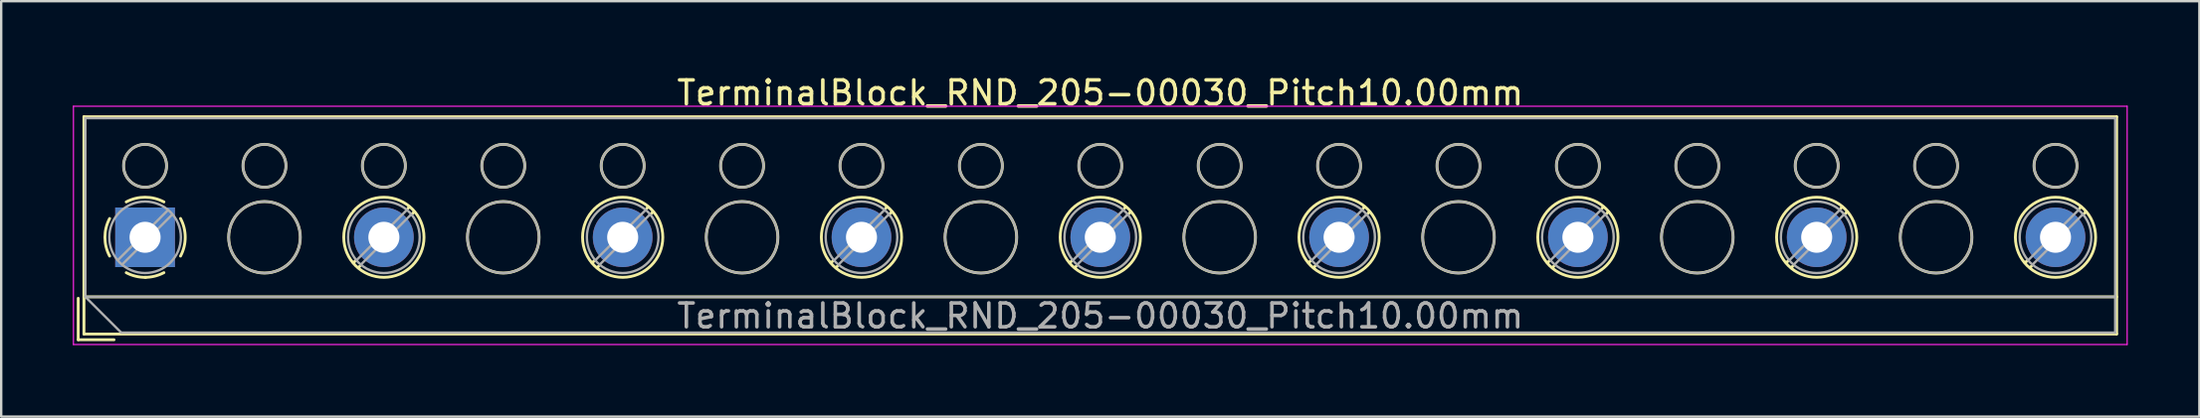
<source format=kicad_pcb>
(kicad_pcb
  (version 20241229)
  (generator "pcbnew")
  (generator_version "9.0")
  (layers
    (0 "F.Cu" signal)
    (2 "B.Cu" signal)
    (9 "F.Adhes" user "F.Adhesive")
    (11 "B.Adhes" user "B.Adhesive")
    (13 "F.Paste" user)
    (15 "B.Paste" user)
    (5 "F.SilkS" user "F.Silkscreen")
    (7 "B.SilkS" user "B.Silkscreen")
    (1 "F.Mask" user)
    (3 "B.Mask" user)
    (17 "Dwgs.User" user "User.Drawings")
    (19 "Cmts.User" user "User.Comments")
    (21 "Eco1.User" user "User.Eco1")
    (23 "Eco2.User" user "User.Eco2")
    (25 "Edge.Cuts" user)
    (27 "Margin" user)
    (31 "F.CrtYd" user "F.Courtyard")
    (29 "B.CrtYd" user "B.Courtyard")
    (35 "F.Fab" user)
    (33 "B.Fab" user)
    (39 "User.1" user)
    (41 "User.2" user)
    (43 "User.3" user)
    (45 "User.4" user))
  (footprint "TerminalBlock_RND_205-00030_Pitch10.00mm"
    (layer "F.Cu")
    (at 3.025 6.908)
    (property "Reference" "TerminalBlock_RND_205-00030_Pitch10.00mm" (at 40 -6.06 0) (layer "F.SilkS") (effects (font (size 1 1) (thickness 0.15))))
    (attr through_hole)
    (fp_line (start -2.8 2.56) (end -2.8 4.3) (stroke (width 0.12) (type solid)) (layer "F.SilkS"))
    (fp_line (start -2.8 4.3) (end -1.3 4.3) (stroke (width 0.12) (type solid)) (layer "F.SilkS"))
    (fp_line (start -2.56 -5.06) (end -2.56 4.06) (stroke (width 0.12) (type solid)) (layer "F.SilkS"))
    (fp_line (start -2.56 2.5) (end 82.56 2.5) (stroke (width 0.12) (type solid)) (layer "F.SilkS"))
    (fp_line (start -2.56 4.06) (end 82.56 4.06) (stroke (width 0.12) (type solid)) (layer "F.SilkS"))
    (fp_line (start 8.82 0.976) (end 8.726 1.069) (stroke (width 0.12) (type solid)) (layer "F.SilkS"))
    (fp_line (start 8.99 1.216) (end 8.931 1.274) (stroke (width 0.12) (type solid)) (layer "F.SilkS"))
    (fp_line (start 11.07 -1.275) (end 11.011 -1.216) (stroke (width 0.12) (type solid)) (layer "F.SilkS"))
    (fp_line (start 11.275 -1.069) (end 11.181 -0.976) (stroke (width 0.12) (type solid)) (layer "F.SilkS"))
    (fp_line (start 18.82 0.976) (end 18.726 1.069) (stroke (width 0.12) (type solid)) (layer "F.SilkS"))
    (fp_line (start 18.99 1.216) (end 18.931 1.274) (stroke (width 0.12) (type solid)) (layer "F.SilkS"))
    (fp_line (start 21.07 -1.275) (end 21.011 -1.216) (stroke (width 0.12) (type solid)) (layer "F.SilkS"))
    (fp_line (start 21.275 -1.069) (end 21.181 -0.976) (stroke (width 0.12) (type solid)) (layer "F.SilkS"))
    (fp_line (start 28.82 0.976) (end 28.726 1.069) (stroke (width 0.12) (type solid)) (layer "F.SilkS"))
    (fp_line (start 28.99 1.216) (end 28.931 1.274) (stroke (width 0.12) (type solid)) (layer "F.SilkS"))
    (fp_line (start 31.07 -1.275) (end 31.011 -1.216) (stroke (width 0.12) (type solid)) (layer "F.SilkS"))
    (fp_line (start 31.275 -1.069) (end 31.181 -0.976) (stroke (width 0.12) (type solid)) (layer "F.SilkS"))
    (fp_line (start 38.82 0.976) (end 38.726 1.069) (stroke (width 0.12) (type solid)) (layer "F.SilkS"))
    (fp_line (start 38.99 1.216) (end 38.931 1.274) (stroke (width 0.12) (type solid)) (layer "F.SilkS"))
    (fp_line (start 41.07 -1.275) (end 41.011 -1.216) (stroke (width 0.12) (type solid)) (layer "F.SilkS"))
    (fp_line (start 41.275 -1.069) (end 41.181 -0.976) (stroke (width 0.12) (type solid)) (layer "F.SilkS"))
    (fp_line (start 48.82 0.976) (end 48.726 1.069) (stroke (width 0.12) (type solid)) (layer "F.SilkS"))
    (fp_line (start 48.99 1.216) (end 48.931 1.274) (stroke (width 0.12) (type solid)) (layer "F.SilkS"))
    (fp_line (start 51.07 -1.275) (end 51.011 -1.216) (stroke (width 0.12) (type solid)) (layer "F.SilkS"))
    (fp_line (start 51.275 -1.069) (end 51.181 -0.976) (stroke (width 0.12) (type solid)) (layer "F.SilkS"))
    (fp_line (start 58.82 0.976) (end 58.726 1.069) (stroke (width 0.12) (type solid)) (layer "F.SilkS"))
    (fp_line (start 58.99 1.216) (end 58.931 1.274) (stroke (width 0.12) (type solid)) (layer "F.SilkS"))
    (fp_line (start 61.07 -1.275) (end 61.011 -1.216) (stroke (width 0.12) (type solid)) (layer "F.SilkS"))
    (fp_line (start 61.275 -1.069) (end 61.181 -0.976) (stroke (width 0.12) (type solid)) (layer "F.SilkS"))
    (fp_line (start 68.82 0.976) (end 68.726 1.069) (stroke (width 0.12) (type solid)) (layer "F.SilkS"))
    (fp_line (start 68.99 1.216) (end 68.931 1.274) (stroke (width 0.12) (type solid)) (layer "F.SilkS"))
    (fp_line (start 71.07 -1.275) (end 71.011 -1.216) (stroke (width 0.12) (type solid)) (layer "F.SilkS"))
    (fp_line (start 71.275 -1.069) (end 71.181 -0.976) (stroke (width 0.12) (type solid)) (layer "F.SilkS"))
    (fp_line (start 78.82 0.976) (end 78.726 1.069) (stroke (width 0.12) (type solid)) (layer "F.SilkS"))
    (fp_line (start 78.99 1.216) (end 78.931 1.274) (stroke (width 0.12) (type solid)) (layer "F.SilkS"))
    (fp_line (start 81.07 -1.275) (end 81.011 -1.216) (stroke (width 0.12) (type solid)) (layer "F.SilkS"))
    (fp_line (start 81.275 -1.069) (end 81.181 -0.976) (stroke (width 0.12) (type solid)) (layer "F.SilkS"))
    (fp_line (start 82.56 -5.06) (end -2.56 -5.06) (stroke (width 0.12) (type solid)) (layer "F.SilkS"))
    (fp_line (start 82.56 4.06) (end 82.56 -5.06) (stroke (width 0.12) (type solid)) (layer "F.SilkS"))
    (fp_arc (start -1.483953 0.789089) (mid -1.680708 0.00005) (end -1.484 -0.789) (stroke (width 0.12) (type solid)) (layer "F.SilkS"))
    (fp_arc (start -0.789089 -1.483953) (mid -0.00005 -1.680708) (end 0.789 -1.484) (stroke (width 0.12) (type solid)) (layer "F.SilkS"))
    (fp_arc (start 0.029383 1.68045) (mid -0.392304 1.634281) (end -0.789 1.484) (stroke (width 0.12) (type solid)) (layer "F.SilkS"))
    (fp_arc (start 0.788712 1.483352) (mid 0.406429 1.630097) (end 0 1.68) (stroke (width 0.12) (type solid)) (layer "F.SilkS"))
    (fp_arc (start 1.483953 -0.789089) (mid 1.680708 -0.00005) (end 1.484 0.789) (stroke (width 0.12) (type solid)) (layer "F.SilkS"))
    (fp_circle (center 0 -3) (end 0.9 -3) (stroke (width 0.12) (type solid)) (fill no) (layer "F.SilkS"))
    (fp_circle (center 5 -3) (end 5.9 -3) (stroke (width 0.12) (type solid)) (fill no) (layer "F.SilkS"))
    (fp_circle (center 5 0) (end 6.5 0) (stroke (width 0.12) (type solid)) (fill no) (layer "F.SilkS"))
    (fp_circle (center 10 -3) (end 10.9 -3) (stroke (width 0.12) (type solid)) (fill no) (layer "F.SilkS"))
    (fp_circle (center 10 0) (end 11.68 0) (stroke (width 0.12) (type solid)) (fill no) (layer "F.SilkS"))
    (fp_circle (center 15 -3) (end 15.9 -3) (stroke (width 0.12) (type solid)) (fill no) (layer "F.SilkS"))
    (fp_circle (center 15 0) (end 16.5 0) (stroke (width 0.12) (type solid)) (fill no) (layer "F.SilkS"))
    (fp_circle (center 20 -3) (end 20.9 -3) (stroke (width 0.12) (type solid)) (fill no) (layer "F.SilkS"))
    (fp_circle (center 20 0) (end 21.68 0) (stroke (width 0.12) (type solid)) (fill no) (layer "F.SilkS"))
    (fp_circle (center 25 -3) (end 25.9 -3) (stroke (width 0.12) (type solid)) (fill no) (layer "F.SilkS"))
    (fp_circle (center 25 0) (end 26.5 0) (stroke (width 0.12) (type solid)) (fill no) (layer "F.SilkS"))
    (fp_circle (center 30 -3) (end 30.9 -3) (stroke (width 0.12) (type solid)) (fill no) (layer "F.SilkS"))
    (fp_circle (center 30 0) (end 31.68 0) (stroke (width 0.12) (type solid)) (fill no) (layer "F.SilkS"))
    (fp_circle (center 35 -3) (end 35.9 -3) (stroke (width 0.12) (type solid)) (fill no) (layer "F.SilkS"))
    (fp_circle (center 35 0) (end 36.5 0) (stroke (width 0.12) (type solid)) (fill no) (layer "F.SilkS"))
    (fp_circle (center 40 -3) (end 40.9 -3) (stroke (width 0.12) (type solid)) (fill no) (layer "F.SilkS"))
    (fp_circle (center 40 0) (end 41.68 0) (stroke (width 0.12) (type solid)) (fill no) (layer "F.SilkS"))
    (fp_circle (center 45 -3) (end 45.9 -3) (stroke (width 0.12) (type solid)) (fill no) (layer "F.SilkS"))
    (fp_circle (center 45 0) (end 46.5 0) (stroke (width 0.12) (type solid)) (fill no) (layer "F.SilkS"))
    (fp_circle (center 50 -3) (end 50.9 -3) (stroke (width 0.12) (type solid)) (fill no) (layer "F.SilkS"))
    (fp_circle (center 50 0) (end 51.68 0) (stroke (width 0.12) (type solid)) (fill no) (layer "F.SilkS"))
    (fp_circle (center 55 -3) (end 55.9 -3) (stroke (width 0.12) (type solid)) (fill no) (layer "F.SilkS"))
    (fp_circle (center 55 0) (end 56.5 0) (stroke (width 0.12) (type solid)) (fill no) (layer "F.SilkS"))
    (fp_circle (center 60 -3) (end 60.9 -3) (stroke (width 0.12) (type solid)) (fill no) (layer "F.SilkS"))
    (fp_circle (center 60 0) (end 61.68 0) (stroke (width 0.12) (type solid)) (fill no) (layer "F.SilkS"))
    (fp_circle (center 65 -3) (end 65.9 -3) (stroke (width 0.12) (type solid)) (fill no) (layer "F.SilkS"))
    (fp_circle (center 65 0) (end 66.5 0) (stroke (width 0.12) (type solid)) (fill no) (layer "F.SilkS"))
    (fp_circle (center 70 -3) (end 70.9 -3) (stroke (width 0.12) (type solid)) (fill no) (layer "F.SilkS"))
    (fp_circle (center 70 0) (end 71.68 0) (stroke (width 0.12) (type solid)) (fill no) (layer "F.SilkS"))
    (fp_circle (center 75 -3) (end 75.9 -3) (stroke (width 0.12) (type solid)) (fill no) (layer "F.SilkS"))
    (fp_circle (center 75 0) (end 76.5 0) (stroke (width 0.12) (type solid)) (fill no) (layer "F.SilkS"))
    (fp_circle (center 80 -3) (end 80.9 -3) (stroke (width 0.12) (type solid)) (fill no) (layer "F.SilkS"))
    (fp_circle (center 80 0) (end 81.68 0) (stroke (width 0.12) (type solid)) (fill no) (layer "F.SilkS"))
    (fp_line (start -3 -5.5) (end -3 4.5) (stroke (width 0.05) (type solid)) (layer "F.CrtYd"))
    (fp_line (start -3 4.5) (end 83 4.5) (stroke (width 0.05) (type solid)) (layer "F.CrtYd"))
    (fp_line (start 83 -5.5) (end -3 -5.5) (stroke (width 0.05) (type solid)) (layer "F.CrtYd"))
    (fp_line (start 83 4.5) (end 83 -5.5) (stroke (width 0.05) (type solid)) (layer "F.CrtYd"))
    (fp_line (start -2.5 -5) (end 82.5 -5) (stroke (width 0.1) (type solid)) (layer "F.Fab"))
    (fp_line (start -2.5 2.5) (end -2.5 -5) (stroke (width 0.1) (type solid)) (layer "F.Fab"))
    (fp_line (start -2.5 2.5) (end 82.5 2.5) (stroke (width 0.1) (type solid)) (layer "F.Fab"))
    (fp_line (start -1 4) (end -2.5 2.5) (stroke (width 0.1) (type solid)) (layer "F.Fab"))
    (fp_line (start 0.955 -1.138) (end -1.138 0.955) (stroke (width 0.1) (type solid)) (layer "F.Fab"))
    (fp_line (start 1.138 -0.955) (end -0.955 1.138) (stroke (width 0.1) (type solid)) (layer "F.Fab"))
    (fp_line (start 10.955 -1.138) (end 8.863 0.955) (stroke (width 0.1) (type solid)) (layer "F.Fab"))
    (fp_line (start 11.138 -0.955) (end 9.046 1.138) (stroke (width 0.1) (type solid)) (layer "F.Fab"))
    (fp_line (start 20.955 -1.138) (end 18.863 0.955) (stroke (width 0.1) (type solid)) (layer "F.Fab"))
    (fp_line (start 21.138 -0.955) (end 19.046 1.138) (stroke (width 0.1) (type solid)) (layer "F.Fab"))
    (fp_line (start 30.955 -1.138) (end 28.863 0.955) (stroke (width 0.1) (type solid)) (layer "F.Fab"))
    (fp_line (start 31.138 -0.955) (end 29.046 1.138) (stroke (width 0.1) (type solid)) (layer "F.Fab"))
    (fp_line (start 40.955 -1.138) (end 38.863 0.955) (stroke (width 0.1) (type solid)) (layer "F.Fab"))
    (fp_line (start 41.138 -0.955) (end 39.046 1.138) (stroke (width 0.1) (type solid)) (layer "F.Fab"))
    (fp_line (start 50.955 -1.138) (end 48.863 0.955) (stroke (width 0.1) (type solid)) (layer "F.Fab"))
    (fp_line (start 51.138 -0.955) (end 49.046 1.138) (stroke (width 0.1) (type solid)) (layer "F.Fab"))
    (fp_line (start 60.955 -1.138) (end 58.863 0.955) (stroke (width 0.1) (type solid)) (layer "F.Fab"))
    (fp_line (start 61.138 -0.955) (end 59.046 1.138) (stroke (width 0.1) (type solid)) (layer "F.Fab"))
    (fp_line (start 70.955 -1.138) (end 68.863 0.955) (stroke (width 0.1) (type solid)) (layer "F.Fab"))
    (fp_line (start 71.138 -0.955) (end 69.046 1.138) (stroke (width 0.1) (type solid)) (layer "F.Fab"))
    (fp_line (start 80.955 -1.138) (end 78.863 0.955) (stroke (width 0.1) (type solid)) (layer "F.Fab"))
    (fp_line (start 81.138 -0.955) (end 79.046 1.138) (stroke (width 0.1) (type solid)) (layer "F.Fab"))
    (fp_line (start 82.5 -5) (end 82.5 4) (stroke (width 0.1) (type solid)) (layer "F.Fab"))
    (fp_line (start 82.5 4) (end -1 4) (stroke (width 0.1) (type solid)) (layer "F.Fab"))
    (fp_circle (center 0 -3) (end 0.9 -3) (stroke (width 0.1) (type solid)) (fill no) (layer "F.Fab"))
    (fp_circle (center 0 0) (end 1.5 0) (stroke (width 0.1) (type solid)) (fill no) (layer "F.Fab"))
    (fp_circle (center 5 -3) (end 5.9 -3) (stroke (width 0.1) (type solid)) (fill no) (layer "F.Fab"))
    (fp_circle (center 5 0) (end 6.5 0) (stroke (width 0.1) (type solid)) (fill no) (layer "F.Fab"))
    (fp_circle (center 10 -3) (end 10.9 -3) (stroke (width 0.1) (type solid)) (fill no) (layer "F.Fab"))
    (fp_circle (center 10 0) (end 11.5 0) (stroke (width 0.1) (type solid)) (fill no) (layer "F.Fab"))
    (fp_circle (center 15 -3) (end 15.9 -3) (stroke (width 0.1) (type solid)) (fill no) (layer "F.Fab"))
    (fp_circle (center 15 0) (end 16.5 0) (stroke (width 0.1) (type solid)) (fill no) (layer "F.Fab"))
    (fp_circle (center 20 -3) (end 20.9 -3) (stroke (width 0.1) (type solid)) (fill no) (layer "F.Fab"))
    (fp_circle (center 20 0) (end 21.5 0) (stroke (width 0.1) (type solid)) (fill no) (layer "F.Fab"))
    (fp_circle (center 25 -3) (end 25.9 -3) (stroke (width 0.1) (type solid)) (fill no) (layer "F.Fab"))
    (fp_circle (center 25 0) (end 26.5 0) (stroke (width 0.1) (type solid)) (fill no) (layer "F.Fab"))
    (fp_circle (center 30 -3) (end 30.9 -3) (stroke (width 0.1) (type solid)) (fill no) (layer "F.Fab"))
    (fp_circle (center 30 0) (end 31.5 0) (stroke (width 0.1) (type solid)) (fill no) (layer "F.Fab"))
    (fp_circle (center 35 -3) (end 35.9 -3) (stroke (width 0.1) (type solid)) (fill no) (layer "F.Fab"))
    (fp_circle (center 35 0) (end 36.5 0) (stroke (width 0.1) (type solid)) (fill no) (layer "F.Fab"))
    (fp_circle (center 40 -3) (end 40.9 -3) (stroke (width 0.1) (type solid)) (fill no) (layer "F.Fab"))
    (fp_circle (center 40 0) (end 41.5 0) (stroke (width 0.1) (type solid)) (fill no) (layer "F.Fab"))
    (fp_circle (center 45 -3) (end 45.9 -3) (stroke (width 0.1) (type solid)) (fill no) (layer "F.Fab"))
    (fp_circle (center 45 0) (end 46.5 0) (stroke (width 0.1) (type solid)) (fill no) (layer "F.Fab"))
    (fp_circle (center 50 -3) (end 50.9 -3) (stroke (width 0.1) (type solid)) (fill no) (layer "F.Fab"))
    (fp_circle (center 50 0) (end 51.5 0) (stroke (width 0.1) (type solid)) (fill no) (layer "F.Fab"))
    (fp_circle (center 55 -3) (end 55.9 -3) (stroke (width 0.1) (type solid)) (fill no) (layer "F.Fab"))
    (fp_circle (center 55 0) (end 56.5 0) (stroke (width 0.1) (type solid)) (fill no) (layer "F.Fab"))
    (fp_circle (center 60 -3) (end 60.9 -3) (stroke (width 0.1) (type solid)) (fill no) (layer "F.Fab"))
    (fp_circle (center 60 0) (end 61.5 0) (stroke (width 0.1) (type solid)) (fill no) (layer "F.Fab"))
    (fp_circle (center 65 -3) (end 65.9 -3) (stroke (width 0.1) (type solid)) (fill no) (layer "F.Fab"))
    (fp_circle (center 65 0) (end 66.5 0) (stroke (width 0.1) (type solid)) (fill no) (layer "F.Fab"))
    (fp_circle (center 70 -3) (end 70.9 -3) (stroke (width 0.1) (type solid)) (fill no) (layer "F.Fab"))
    (fp_circle (center 70 0) (end 71.5 0) (stroke (width 0.1) (type solid)) (fill no) (layer "F.Fab"))
    (fp_circle (center 75 -3) (end 75.9 -3) (stroke (width 0.1) (type solid)) (fill no) (layer "F.Fab"))
    (fp_circle (center 75 0) (end 76.5 0) (stroke (width 0.1) (type solid)) (fill no) (layer "F.Fab"))
    (fp_circle (center 80 -3) (end 80.9 -3) (stroke (width 0.1) (type solid)) (fill no) (layer "F.Fab"))
    (fp_circle (center 80 0) (end 81.5 0) (stroke (width 0.1) (type solid)) (fill no) (layer "F.Fab"))
    (fp_text user "${REFERENCE}" (at 40 3.3 0) (layer "F.Fab") (effects (font (size 1 1) (thickness 0.15))))
    (pad "1" thru_hole rect (at 0 0) (size 2.5 2.5) (drill 1.3) (layers "*.Cu" "*.Mask"))
    (pad "2" thru_hole circle (at 10 0) (size 2.5 2.5) (drill 1.3) (layers "*.Cu" "*.Mask"))
    (pad "3" thru_hole circle (at 20 0) (size 2.5 2.5) (drill 1.3) (layers "*.Cu" "*.Mask"))
    (pad "4" thru_hole circle (at 30 0) (size 2.5 2.5) (drill 1.3) (layers "*.Cu" "*.Mask"))
    (pad "5" thru_hole circle (at 40 0) (size 2.5 2.5) (drill 1.3) (layers "*.Cu" "*.Mask"))
    (pad "6" thru_hole circle (at 50 0) (size 2.5 2.5) (drill 1.3) (layers "*.Cu" "*.Mask"))
    (pad "7" thru_hole circle (at 60 0) (size 2.5 2.5) (drill 1.3) (layers "*.Cu" "*.Mask"))
    (pad "8" thru_hole circle (at 70 0) (size 2.5 2.5) (drill 1.3) (layers "*.Cu" "*.Mask"))
    (pad "9" thru_hole circle (at 80 0) (size 2.5 2.5) (drill 1.3) (layers "*.Cu" "*.Mask")))
  (gr_rect
    (start -3 -3)
    (end 89.05 14.433)
    (stroke (width 0.1) (type default))
    (fill no)
    (layer "Edge.Cuts")))
</source>
